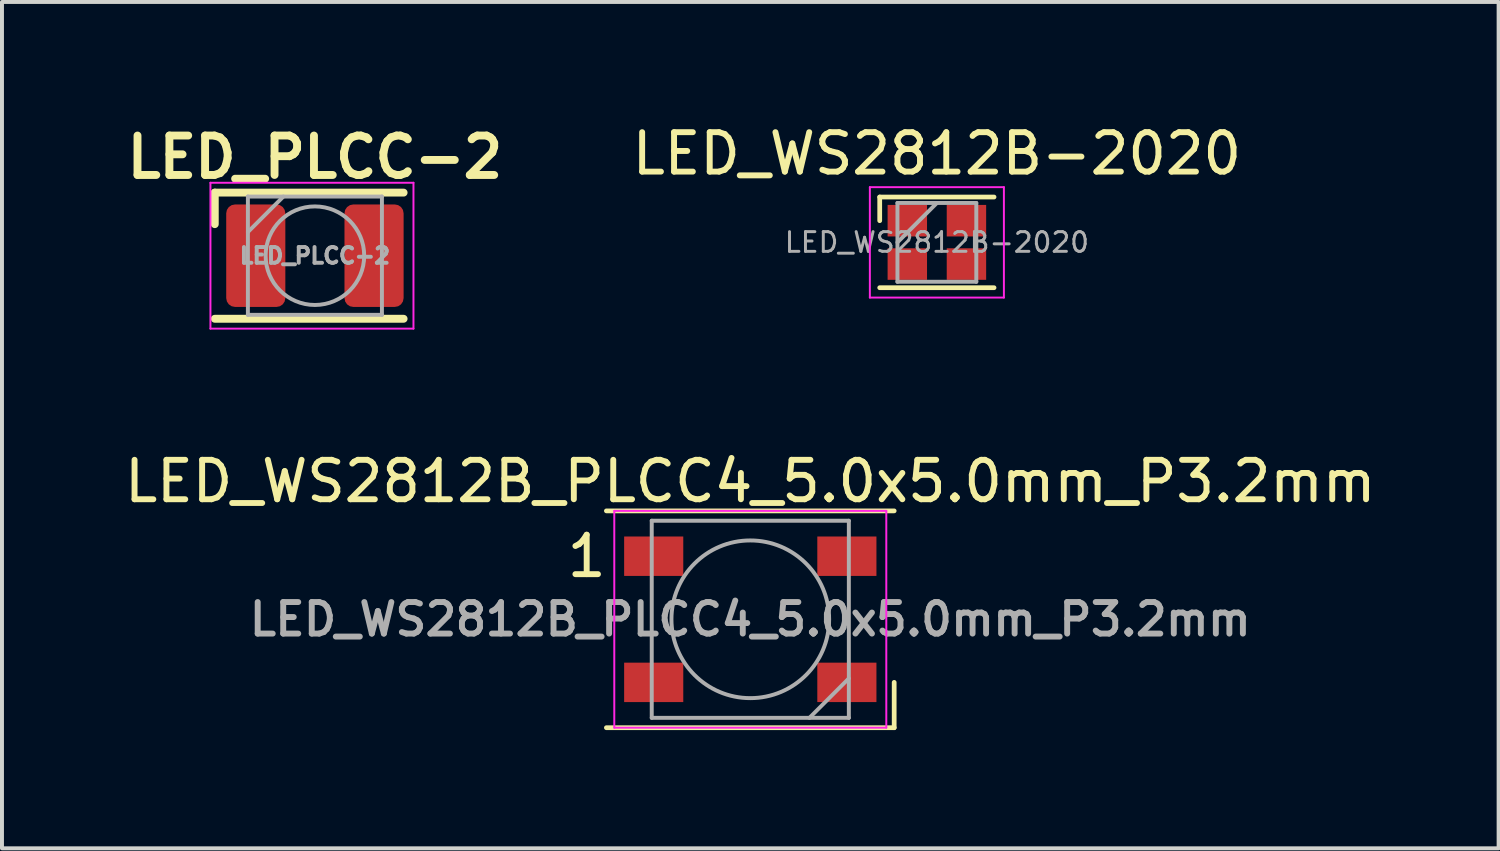
<source format=kicad_pcb>
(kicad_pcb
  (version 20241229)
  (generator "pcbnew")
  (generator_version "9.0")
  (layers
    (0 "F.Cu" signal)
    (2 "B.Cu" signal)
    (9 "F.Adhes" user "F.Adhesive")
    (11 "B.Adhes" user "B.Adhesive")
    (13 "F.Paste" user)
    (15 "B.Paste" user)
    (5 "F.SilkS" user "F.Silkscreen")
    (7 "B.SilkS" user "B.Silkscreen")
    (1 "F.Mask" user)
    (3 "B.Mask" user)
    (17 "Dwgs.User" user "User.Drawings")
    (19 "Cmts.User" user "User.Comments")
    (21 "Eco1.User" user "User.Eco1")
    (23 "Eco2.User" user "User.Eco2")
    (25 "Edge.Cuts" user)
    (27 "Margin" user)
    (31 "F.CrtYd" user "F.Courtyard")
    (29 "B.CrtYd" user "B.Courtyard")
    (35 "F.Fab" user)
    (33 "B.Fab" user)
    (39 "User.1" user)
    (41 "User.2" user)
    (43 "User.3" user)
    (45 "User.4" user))
  (footprint "LED_PLCC-2"
    (layer "F.Cu")
    (at 4.938 3.436)
    (property "Reference" "LED_PLCC-2" (at 0 -2.5 0) (layer "F.SilkS") (effects (font (size 1 1) (thickness 0.2))))
    (attr smd)
    (fp_line (start -2.54 -1.6) (end -2.54 -0.8) (stroke (width 0.2) (type solid)) (layer "F.SilkS"))
    (fp_line (start 2.25 -1.6) (end -2.54 -1.6) (stroke (width 0.2) (type solid)) (layer "F.SilkS"))
    (fp_line (start 2.25 1.6) (end -2.54 1.6) (stroke (width 0.2) (type solid)) (layer "F.SilkS"))
    (fp_line (start -2.65 -1.85) (end 2.5 -1.85) (stroke (width 0.05) (type solid)) (layer "F.CrtYd"))
    (fp_line (start -2.65 1.85) (end -2.65 -1.85) (stroke (width 0.05) (type solid)) (layer "F.CrtYd"))
    (fp_line (start 2.5 -1.85) (end 2.5 1.85) (stroke (width 0.05) (type solid)) (layer "F.CrtYd"))
    (fp_line (start 2.5 1.85) (end -2.65 1.85) (stroke (width 0.05) (type solid)) (layer "F.CrtYd"))
    (fp_line (start -1.7 -1.5) (end -1.7 1.5) (stroke (width 0.1) (type solid)) (layer "F.Fab"))
    (fp_line (start -1.7 -0.6) (end -0.8 -1.5) (stroke (width 0.1) (type solid)) (layer "F.Fab"))
    (fp_line (start -1.7 1.5) (end 1.7 1.5) (stroke (width 0.1) (type solid)) (layer "F.Fab"))
    (fp_line (start 1.7 -1.5) (end -1.7 -1.5) (stroke (width 0.1) (type solid)) (layer "F.Fab"))
    (fp_line (start 1.7 1.5) (end 1.7 -1.5) (stroke (width 0.1) (type solid)) (layer "F.Fab"))
    (fp_circle (center 0 0) (end 0 -1.25) (stroke (width 0.1) (type solid)) (fill no) (layer "F.Fab"))
    (fp_text user "${REFERENCE}" (at 0 0 0) (layer "F.Fab") (effects (font (size 0.4 0.4) (thickness 0.1))))
    (pad "1" smd roundrect (at -1.5 0) (size 1.5 2.6) (layers "F.Cu" "F.Mask" "F.Paste") (roundrect_rratio 0.15))
    (pad "2" smd roundrect (at 1.5 0) (size 1.5 2.6) (layers "F.Cu" "F.Mask" "F.Paste") (roundrect_rratio 0.15)))
  (footprint "LED_WS2812B_PLCC4_5.0x5.0mm_P3.2mm"
    (layer "F.Cu")
    (at 15.982 12.659)
    (property "Reference" "LED_WS2812B_PLCC4_5.0x5.0mm_P3.2mm" (at 0 -3.5 0) (layer "F.SilkS") (effects (font (size 1 1) (thickness 0.15))))
    (attr smd)
    (fp_line (start -3.65 -2.75) (end 3.65 -2.75) (stroke (width 0.12) (type solid)) (layer "F.SilkS"))
    (fp_line (start -3.65 2.75) (end 3.65 2.75) (stroke (width 0.12) (type solid)) (layer "F.SilkS"))
    (fp_line (start 3.65 2.75) (end 3.65 1.6) (stroke (width 0.12) (type solid)) (layer "F.SilkS"))
    (fp_line (start -3.45 -2.75) (end -3.45 2.75) (stroke (width 0.05) (type solid)) (layer "F.CrtYd"))
    (fp_line (start -3.45 2.75) (end 3.45 2.75) (stroke (width 0.05) (type solid)) (layer "F.CrtYd"))
    (fp_line (start 3.45 -2.75) (end -3.45 -2.75) (stroke (width 0.05) (type solid)) (layer "F.CrtYd"))
    (fp_line (start 3.45 2.75) (end 3.45 -2.75) (stroke (width 0.05) (type solid)) (layer "F.CrtYd"))
    (fp_line (start -2.5 -2.5) (end -2.5 2.5) (stroke (width 0.1) (type solid)) (layer "F.Fab"))
    (fp_line (start -2.5 2.5) (end 2.5 2.5) (stroke (width 0.1) (type solid)) (layer "F.Fab"))
    (fp_line (start 2.5 -2.5) (end -2.5 -2.5) (stroke (width 0.1) (type solid)) (layer "F.Fab"))
    (fp_line (start 2.5 1.5) (end 1.5 2.5) (stroke (width 0.1) (type solid)) (layer "F.Fab"))
    (fp_line (start 2.5 2.5) (end 2.5 -2.5) (stroke (width 0.1) (type solid)) (layer "F.Fab"))
    (fp_circle (center 0 0) (end 0 -2) (stroke (width 0.1) (type solid)) (fill no) (layer "F.Fab"))
    (fp_text user "1" (at -4.15 -1.6 0) (layer "F.SilkS") (effects (font (size 1 1) (thickness 0.15))))
    (fp_text user "${REFERENCE}" (at 0 0 0) (layer "F.Fab") (effects (font (size 0.8 0.8) (thickness 0.15))))
    (pad "1" smd rect (at -2.45 -1.6) (size 1.5 1) (layers "F.Cu" "F.Mask" "F.Paste"))
    (pad "2" smd rect (at -2.45 1.6) (size 1.5 1) (layers "F.Cu" "F.Mask" "F.Paste"))
    (pad "3" smd rect (at 2.45 1.6) (size 1.5 1) (layers "F.Cu" "F.Mask" "F.Paste"))
    (pad "4" smd rect (at 2.45 -1.6) (size 1.5 1) (layers "F.Cu" "F.Mask" "F.Paste")))
  (footprint "LED_WS2812B-2020"
    (layer "F.Cu")
    (at 20.715 3.098)
    (property "Reference" "LED_WS2812B-2020" (at 0 -2.25 0) (layer "F.SilkS") (effects (font (size 1 1) (thickness 0.15))))
    (attr smd)
    (fp_line (start -1.45 -1.15) (end 1.45 -1.15) (stroke (width 0.12) (type solid)) (layer "F.SilkS"))
    (fp_line (start -1.45 -0.55) (end -1.45 -1.15) (stroke (width 0.12) (type solid)) (layer "F.SilkS"))
    (fp_line (start -1.45 1.15) (end 1.45 1.15) (stroke (width 0.12) (type solid)) (layer "F.SilkS"))
    (fp_line (start -1.7 -1.4) (end -1.7 1.4) (stroke (width 0.05) (type solid)) (layer "F.CrtYd"))
    (fp_line (start -1.7 1.4) (end 1.7 1.4) (stroke (width 0.05) (type solid)) (layer "F.CrtYd"))
    (fp_line (start 1.7 -1.4) (end -1.7 -1.4) (stroke (width 0.05) (type solid)) (layer "F.CrtYd"))
    (fp_line (start 1.7 1.4) (end 1.7 -1.4) (stroke (width 0.05) (type solid)) (layer "F.CrtYd"))
    (fp_line (start -1 -1) (end -1 1) (stroke (width 0.1) (type solid)) (layer "F.Fab"))
    (fp_line (start -1 1) (end 1 1) (stroke (width 0.1) (type solid)) (layer "F.Fab"))
    (fp_line (start 0 -1) (end -1 0) (stroke (width 0.1) (type solid)) (layer "F.Fab"))
    (fp_line (start 1 -1) (end -1 -1) (stroke (width 0.1) (type solid)) (layer "F.Fab"))
    (fp_line (start 1 1) (end 1 -1) (stroke (width 0.1) (type solid)) (layer "F.Fab"))
    (fp_text user "${REFERENCE}" (at 0 0 0) (layer "F.Fab") (effects (font (size 0.5 0.5) (thickness 0.075))))
    (pad "1" smd rect (at -0.75 -0.55) (size 1 0.8) (layers "F.Cu" "F.Mask" "F.Paste"))
    (pad "2" smd rect (at 0.75 -0.55) (size 1 0.8) (layers "F.Cu" "F.Mask" "F.Paste"))
    (pad "3" smd rect (at 0.75 0.55) (size 1 0.8) (layers "F.Cu" "F.Mask" "F.Paste"))
    (pad "4" smd rect (at -0.75 0.55) (size 1 0.8) (layers "F.Cu" "F.Mask" "F.Paste")))
  (gr_rect
    (start -3 -3)
    (end 34.964 18.469)
    (stroke (width 0.1) (type default))
    (fill no)
    (layer "Edge.Cuts")))
</source>
